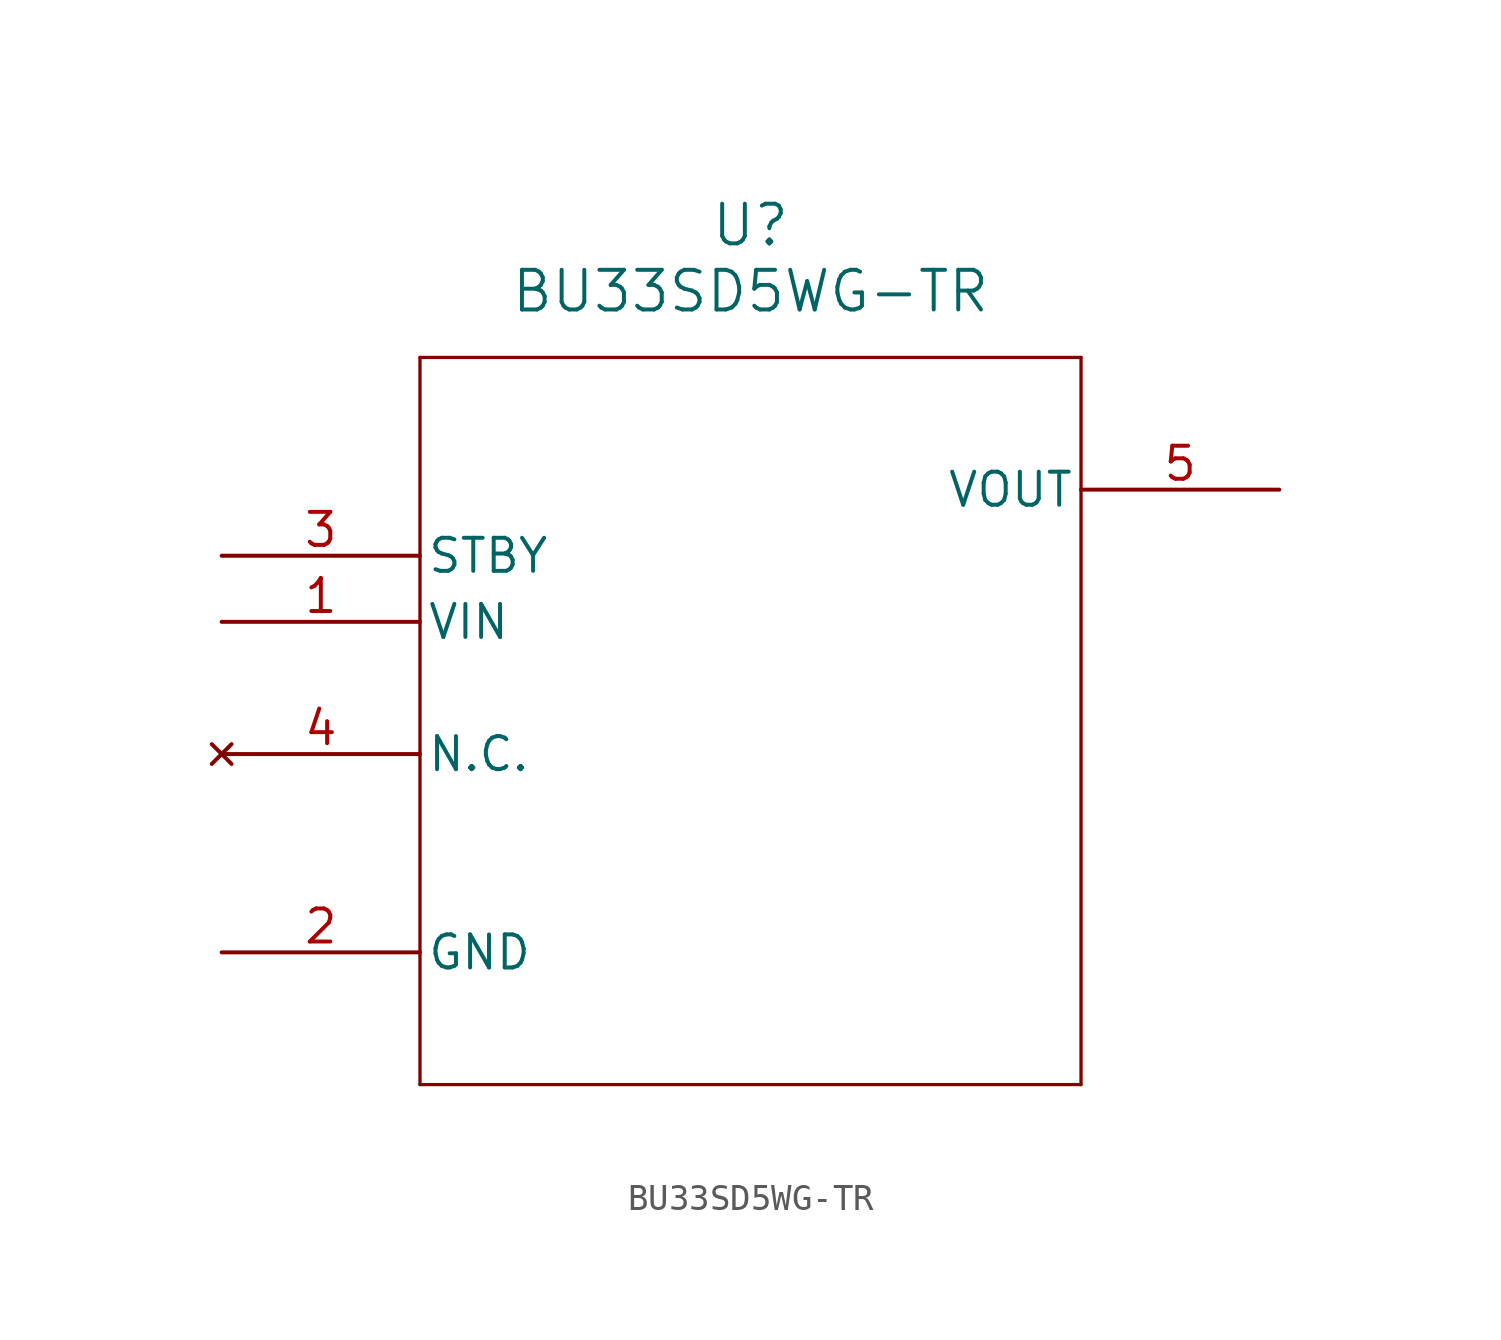
<source format=kicad_sym>
(kicad_symbol_lib
  (version 20211014)
  (generator kicad_symbol_editor)
  (symbol "BU33SD5WG-TR"
    (pin_names
      (offset 0.254))
    (property "Reference" "U"
      (at 20.32 12.7 0)
      (effects (font (size 1.524 1.524))))
    (property "Value" "BU33SD5WG-TR"
      (at 20.32 10.16 0)
      (effects (font (size 1.524 1.524))))
    (symbol "BU33SD5WG-TR_0_1"
      (polyline (pts (xy 7.62 7.62) (xy 7.62 -20.32)) (stroke (width 0.127) (type default) (color 0 0 0 0)) (fill (type none)))
      (polyline (pts (xy 7.62 -20.32) (xy 33.02 -20.32)) (stroke (width 0.127) (type default) (color 0 0 0 0)) (fill (type none)))
      (polyline (pts (xy 33.02 -20.32) (xy 33.02 7.62)) (stroke (width 0.127) (type default) (color 0 0 0 0)) (fill (type none)))
      (polyline (pts (xy 33.02 7.62) (xy 7.62 7.62)) (stroke (width 0.127) (type default) (color 0 0 0 0)) (fill (type none)))
      (pin unspecified line (at 0 -2.54 0) (length 7.62) (name "VIN" (effects (font (size 1.27 1.27)))) (number "1" (effects (font (size 1.27 1.27)))))
      (pin power_out line (at 0 -15.24 0) (length 7.62) (name "GND" (effects (font (size 1.27 1.27)))) (number "2" (effects (font (size 1.27 1.27)))))
      (pin unspecified line (at 0 0 0) (length 7.62) (name "STBY" (effects (font (size 1.27 1.27)))) (number "3" (effects (font (size 1.27 1.27)))))
      (pin no_connect line (at 0 -7.62 0) (length 7.62) (name "N.C." (effects (font (size 1.27 1.27)))) (number "4" (effects (font (size 1.27 1.27)))))
      (pin output line (at 40.64 2.54 180) (length 7.62) (name "VOUT" (effects (font (size 1.27 1.27)))) (number "5" (effects (font (size 1.27 1.27))))))))
</source>
